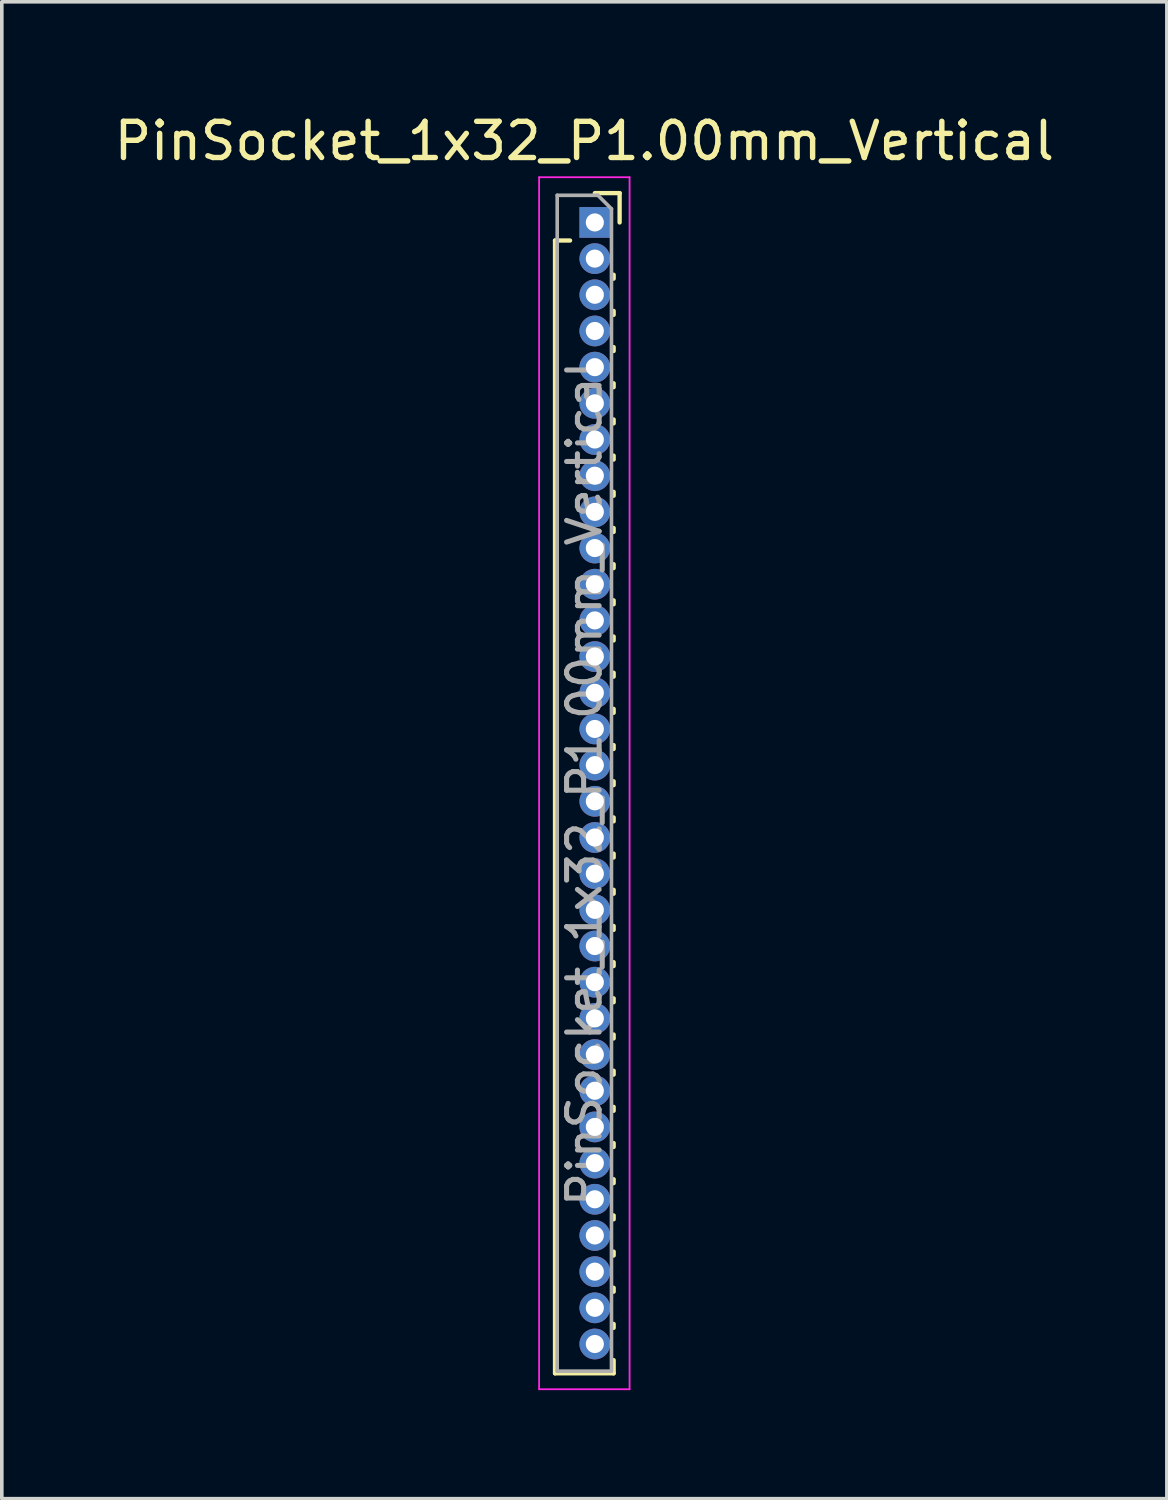
<source format=kicad_pcb>
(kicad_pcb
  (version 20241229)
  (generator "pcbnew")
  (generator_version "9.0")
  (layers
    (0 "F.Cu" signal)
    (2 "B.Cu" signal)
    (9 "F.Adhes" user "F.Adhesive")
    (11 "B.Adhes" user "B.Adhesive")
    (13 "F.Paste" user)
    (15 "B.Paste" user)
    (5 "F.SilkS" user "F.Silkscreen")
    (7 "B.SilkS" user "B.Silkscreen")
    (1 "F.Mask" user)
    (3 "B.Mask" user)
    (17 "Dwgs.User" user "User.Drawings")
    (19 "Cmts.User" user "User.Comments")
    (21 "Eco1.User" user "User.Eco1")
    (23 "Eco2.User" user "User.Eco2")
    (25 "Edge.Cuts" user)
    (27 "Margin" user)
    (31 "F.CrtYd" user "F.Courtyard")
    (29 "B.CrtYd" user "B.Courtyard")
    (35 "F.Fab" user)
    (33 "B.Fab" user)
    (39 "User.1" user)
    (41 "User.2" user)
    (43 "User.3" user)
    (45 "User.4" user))
  (footprint "PinSocket_1x32_P1.00mm_Vertical"
    (layer "F.Cu")
    (at 13.391 3.098)
    (property "Reference" "PinSocket_1x32_P1.00mm_Vertical" (at -0.29 -2.25 0) (layer "F.SilkS") (effects (font (size 1 1) (thickness 0.15))))
    (attr through_hole)
    (fp_line (start -1.1 0.5) (end -1.1 31.81) (stroke (width 0.12) (type solid)) (layer "F.SilkS"))
    (fp_line (start -1.1 0.5) (end -0.685 0.5) (stroke (width 0.12) (type solid)) (layer "F.SilkS"))
    (fp_line (start -1.1 31.81) (end 0.52 31.81) (stroke (width 0.12) (type solid)) (layer "F.SilkS"))
    (fp_line (start 0 -0.81) (end 0.685 -0.81) (stroke (width 0.12) (type solid)) (layer "F.SilkS"))
    (fp_line (start 0.52 1.446) (end 0.52 1.554) (stroke (width 0.12) (type solid)) (layer "F.SilkS"))
    (fp_line (start 0.52 2.446) (end 0.52 2.554) (stroke (width 0.12) (type solid)) (layer "F.SilkS"))
    (fp_line (start 0.52 3.446) (end 0.52 3.554) (stroke (width 0.12) (type solid)) (layer "F.SilkS"))
    (fp_line (start 0.52 4.446) (end 0.52 4.554) (stroke (width 0.12) (type solid)) (layer "F.SilkS"))
    (fp_line (start 0.52 5.446) (end 0.52 5.554) (stroke (width 0.12) (type solid)) (layer "F.SilkS"))
    (fp_line (start 0.52 6.446) (end 0.52 6.554) (stroke (width 0.12) (type solid)) (layer "F.SilkS"))
    (fp_line (start 0.52 7.446) (end 0.52 7.554) (stroke (width 0.12) (type solid)) (layer "F.SilkS"))
    (fp_line (start 0.52 8.446) (end 0.52 8.554) (stroke (width 0.12) (type solid)) (layer "F.SilkS"))
    (fp_line (start 0.52 9.446) (end 0.52 9.554) (stroke (width 0.12) (type solid)) (layer "F.SilkS"))
    (fp_line (start 0.52 10.446) (end 0.52 10.554) (stroke (width 0.12) (type solid)) (layer "F.SilkS"))
    (fp_line (start 0.52 11.446) (end 0.52 11.554) (stroke (width 0.12) (type solid)) (layer "F.SilkS"))
    (fp_line (start 0.52 12.446) (end 0.52 12.554) (stroke (width 0.12) (type solid)) (layer "F.SilkS"))
    (fp_line (start 0.52 13.446) (end 0.52 13.554) (stroke (width 0.12) (type solid)) (layer "F.SilkS"))
    (fp_line (start 0.52 14.446) (end 0.52 14.554) (stroke (width 0.12) (type solid)) (layer "F.SilkS"))
    (fp_line (start 0.52 15.446) (end 0.52 15.554) (stroke (width 0.12) (type solid)) (layer "F.SilkS"))
    (fp_line (start 0.52 16.446) (end 0.52 16.554) (stroke (width 0.12) (type solid)) (layer "F.SilkS"))
    (fp_line (start 0.52 17.446) (end 0.52 17.554) (stroke (width 0.12) (type solid)) (layer "F.SilkS"))
    (fp_line (start 0.52 18.446) (end 0.52 18.554) (stroke (width 0.12) (type solid)) (layer "F.SilkS"))
    (fp_line (start 0.52 19.446) (end 0.52 19.554) (stroke (width 0.12) (type solid)) (layer "F.SilkS"))
    (fp_line (start 0.52 20.446) (end 0.52 20.554) (stroke (width 0.12) (type solid)) (layer "F.SilkS"))
    (fp_line (start 0.52 21.446) (end 0.52 21.554) (stroke (width 0.12) (type solid)) (layer "F.SilkS"))
    (fp_line (start 0.52 22.446) (end 0.52 22.554) (stroke (width 0.12) (type solid)) (layer "F.SilkS"))
    (fp_line (start 0.52 23.446) (end 0.52 23.554) (stroke (width 0.12) (type solid)) (layer "F.SilkS"))
    (fp_line (start 0.52 24.446) (end 0.52 24.554) (stroke (width 0.12) (type solid)) (layer "F.SilkS"))
    (fp_line (start 0.52 25.446) (end 0.52 25.554) (stroke (width 0.12) (type solid)) (layer "F.SilkS"))
    (fp_line (start 0.52 26.446) (end 0.52 26.554) (stroke (width 0.12) (type solid)) (layer "F.SilkS"))
    (fp_line (start 0.52 27.446) (end 0.52 27.554) (stroke (width 0.12) (type solid)) (layer "F.SilkS"))
    (fp_line (start 0.52 28.446) (end 0.52 28.554) (stroke (width 0.12) (type solid)) (layer "F.SilkS"))
    (fp_line (start 0.52 29.446) (end 0.52 29.554) (stroke (width 0.12) (type solid)) (layer "F.SilkS"))
    (fp_line (start 0.52 30.446) (end 0.52 30.554) (stroke (width 0.12) (type solid)) (layer "F.SilkS"))
    (fp_line (start 0.52 31.446) (end 0.52 31.81) (stroke (width 0.12) (type solid)) (layer "F.SilkS"))
    (fp_line (start 0.685 -0.81) (end 0.685 0) (stroke (width 0.12) (type solid)) (layer "F.SilkS"))
    (fp_line (start -1.54 -1.25) (end 0.96 -1.25) (stroke (width 0.05) (type solid)) (layer "F.CrtYd"))
    (fp_line (start -1.54 32.25) (end -1.54 -1.25) (stroke (width 0.05) (type solid)) (layer "F.CrtYd"))
    (fp_line (start 0.96 -1.25) (end 0.96 32.25) (stroke (width 0.05) (type solid)) (layer "F.CrtYd"))
    (fp_line (start 0.96 32.25) (end -1.54 32.25) (stroke (width 0.05) (type solid)) (layer "F.CrtYd"))
    (fp_line (start -1.04 -0.75) (end 0.085 -0.75) (stroke (width 0.1) (type solid)) (layer "F.Fab"))
    (fp_line (start -1.04 31.75) (end -1.04 -0.75) (stroke (width 0.1) (type solid)) (layer "F.Fab"))
    (fp_line (start 0.085 -0.75) (end 0.46 -0.375) (stroke (width 0.1) (type solid)) (layer "F.Fab"))
    (fp_line (start 0.46 -0.375) (end 0.46 31.75) (stroke (width 0.1) (type solid)) (layer "F.Fab"))
    (fp_line (start 0.46 31.75) (end -1.04 31.75) (stroke (width 0.1) (type solid)) (layer "F.Fab"))
    (fp_text user "${REFERENCE}" (at -0.29 15.5 90) (layer "F.Fab") (effects (font (size 0.9 0.9) (thickness 0.14))))
    (pad "1" thru_hole rect (at 0 0) (size 0.85 0.85) (drill 0.5) (layers "*.Cu" "*.Mask"))
    (pad "2" thru_hole oval (at 0 1) (size 0.85 0.85) (drill 0.5) (layers "*.Cu" "*.Mask"))
    (pad "3" thru_hole oval (at 0 2) (size 0.85 0.85) (drill 0.5) (layers "*.Cu" "*.Mask"))
    (pad "4" thru_hole oval (at 0 3) (size 0.85 0.85) (drill 0.5) (layers "*.Cu" "*.Mask"))
    (pad "5" thru_hole oval (at 0 4) (size 0.85 0.85) (drill 0.5) (layers "*.Cu" "*.Mask"))
    (pad "6" thru_hole oval (at 0 5) (size 0.85 0.85) (drill 0.5) (layers "*.Cu" "*.Mask"))
    (pad "7" thru_hole oval (at 0 6) (size 0.85 0.85) (drill 0.5) (layers "*.Cu" "*.Mask"))
    (pad "8" thru_hole oval (at 0 7) (size 0.85 0.85) (drill 0.5) (layers "*.Cu" "*.Mask"))
    (pad "9" thru_hole oval (at 0 8) (size 0.85 0.85) (drill 0.5) (layers "*.Cu" "*.Mask"))
    (pad "10" thru_hole oval (at 0 9) (size 0.85 0.85) (drill 0.5) (layers "*.Cu" "*.Mask"))
    (pad "11" thru_hole oval (at 0 10) (size 0.85 0.85) (drill 0.5) (layers "*.Cu" "*.Mask"))
    (pad "12" thru_hole oval (at 0 11) (size 0.85 0.85) (drill 0.5) (layers "*.Cu" "*.Mask"))
    (pad "13" thru_hole oval (at 0 12) (size 0.85 0.85) (drill 0.5) (layers "*.Cu" "*.Mask"))
    (pad "14" thru_hole oval (at 0 13) (size 0.85 0.85) (drill 0.5) (layers "*.Cu" "*.Mask"))
    (pad "15" thru_hole oval (at 0 14) (size 0.85 0.85) (drill 0.5) (layers "*.Cu" "*.Mask"))
    (pad "16" thru_hole oval (at 0 15) (size 0.85 0.85) (drill 0.5) (layers "*.Cu" "*.Mask"))
    (pad "17" thru_hole oval (at 0 16) (size 0.85 0.85) (drill 0.5) (layers "*.Cu" "*.Mask"))
    (pad "18" thru_hole oval (at 0 17) (size 0.85 0.85) (drill 0.5) (layers "*.Cu" "*.Mask"))
    (pad "19" thru_hole oval (at 0 18) (size 0.85 0.85) (drill 0.5) (layers "*.Cu" "*.Mask"))
    (pad "20" thru_hole oval (at 0 19) (size 0.85 0.85) (drill 0.5) (layers "*.Cu" "*.Mask"))
    (pad "21" thru_hole oval (at 0 20) (size 0.85 0.85) (drill 0.5) (layers "*.Cu" "*.Mask"))
    (pad "22" thru_hole oval (at 0 21) (size 0.85 0.85) (drill 0.5) (layers "*.Cu" "*.Mask"))
    (pad "23" thru_hole oval (at 0 22) (size 0.85 0.85) (drill 0.5) (layers "*.Cu" "*.Mask"))
    (pad "24" thru_hole oval (at 0 23) (size 0.85 0.85) (drill 0.5) (layers "*.Cu" "*.Mask"))
    (pad "25" thru_hole oval (at 0 24) (size 0.85 0.85) (drill 0.5) (layers "*.Cu" "*.Mask"))
    (pad "26" thru_hole oval (at 0 25) (size 0.85 0.85) (drill 0.5) (layers "*.Cu" "*.Mask"))
    (pad "27" thru_hole oval (at 0 26) (size 0.85 0.85) (drill 0.5) (layers "*.Cu" "*.Mask"))
    (pad "28" thru_hole oval (at 0 27) (size 0.85 0.85) (drill 0.5) (layers "*.Cu" "*.Mask"))
    (pad "29" thru_hole oval (at 0 28) (size 0.85 0.85) (drill 0.5) (layers "*.Cu" "*.Mask"))
    (pad "30" thru_hole oval (at 0 29) (size 0.85 0.85) (drill 0.5) (layers "*.Cu" "*.Mask"))
    (pad "31" thru_hole oval (at 0 30) (size 0.85 0.85) (drill 0.5) (layers "*.Cu" "*.Mask"))
    (pad "32" thru_hole oval (at 0 31) (size 0.85 0.85) (drill 0.5) (layers "*.Cu" "*.Mask")))
  (gr_rect
    (start -3 -3)
    (end 29.202 38.373)
    (stroke (width 0.1) (type default))
    (fill no)
    (layer "Edge.Cuts")))
</source>
